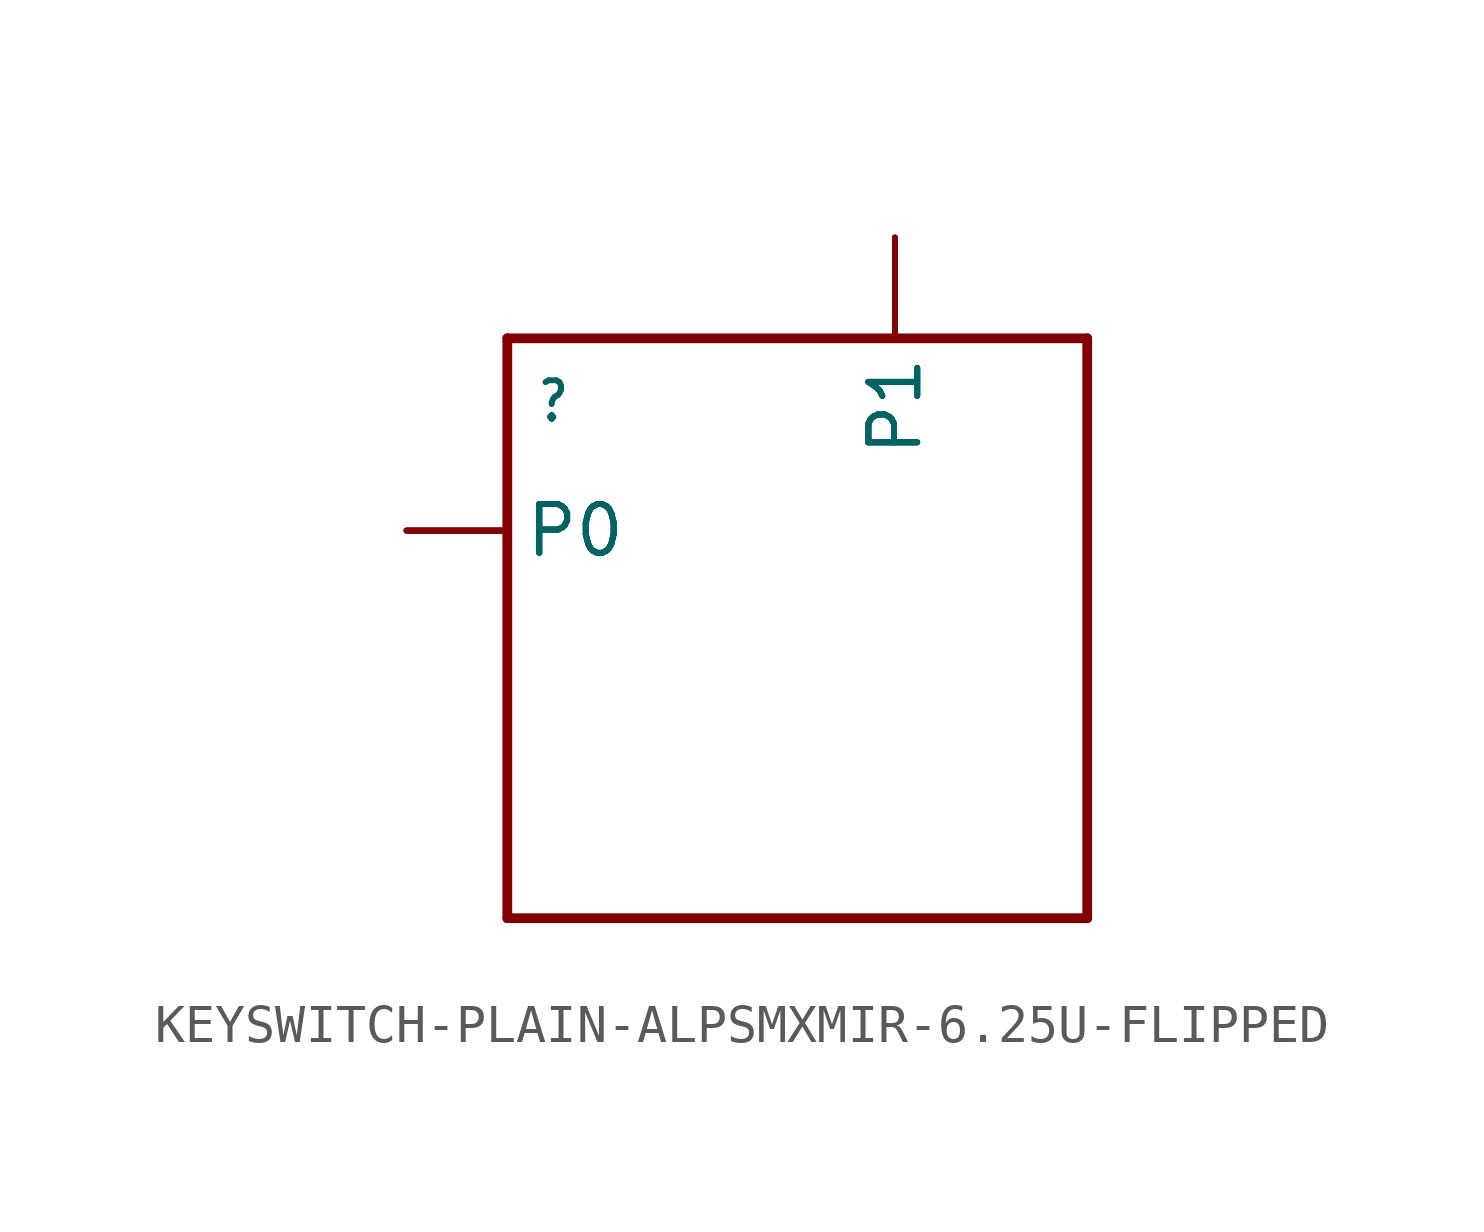
<source format=kicad_sym>
(kicad_symbol_lib
  (version 20211014)
  (generator kicad_symbol_editor)
  (symbol "KEYSWITCH-PLAIN-ALPSMXMIR-6.25U-FLIPPED"
    (property "Reference" ""
      (at -6.81 5.318 0)
      (effects (font (size 1 0.85)) (justify left bottom)))
    (property "ki_locked" ""
      (at 0 0 0)
      (effects (font (size 1.27 1.27))))
    (symbol "KEYSWITCH-PLAIN-ALPSMXMIR-6.25U-FLIPPED_1_0"
      (polyline (pts (xy -7.54 -7.54) (xy -7.54 7.54)) (stroke (width 0.254) (type default) (color 0 0 0 0)) (fill (type none)))
      (polyline (pts (xy -7.54 7.54) (xy 7.54 7.54)) (stroke (width 0.254) (type default) (color 0 0 0 0)) (fill (type none)))
      (polyline (pts (xy 7.54 -7.54) (xy -7.54 -7.54)) (stroke (width 0.254) (type default) (color 0 0 0 0)) (fill (type none)))
      (polyline (pts (xy 7.54 7.54) (xy 7.54 -7.54)) (stroke (width 0.254) (type default) (color 0 0 0 0)) (fill (type none)))
      (pin bidirectional line (at -10.16 2.54 0) (length 2.54) (name "P0" (effects (font (size 1.27 1.27)))) (number "ALPS1" (effects (font (size 0 0)))))
      (pin bidirectional line (at 2.54 10.16 270) (length 2.54) (name "P1" (effects (font (size 1.27 1.27)))) (number "ALPS2" (effects (font (size 0 0)))))
      (pin bidirectional line (at -10.16 2.54 0) (length 2.54) (name "P0" (effects (font (size 1.27 1.27)))) (number "ALPS3" (effects (font (size 0 0)))))
      (pin bidirectional line (at 2.54 10.16 270) (length 2.54) (name "P1" (effects (font (size 1.27 1.27)))) (number "ALPS4" (effects (font (size 0 0)))))
      (pin bidirectional line (at -10.16 2.54 0) (length 2.54) (name "P0" (effects (font (size 1.27 1.27)))) (number "MX1" (effects (font (size 0 0)))))
      (pin bidirectional line (at 2.54 10.16 270) (length 2.54) (name "P1" (effects (font (size 1.27 1.27)))) (number "MX2" (effects (font (size 0 0)))))
      (pin bidirectional line (at -10.16 2.54 0) (length 2.54) (name "P0" (effects (font (size 1.27 1.27)))) (number "MX3" (effects (font (size 0 0)))))
      (pin bidirectional line (at 2.54 10.16 270) (length 2.54) (name "P1" (effects (font (size 1.27 1.27)))) (number "MX4" (effects (font (size 0 0))))))))
</source>
